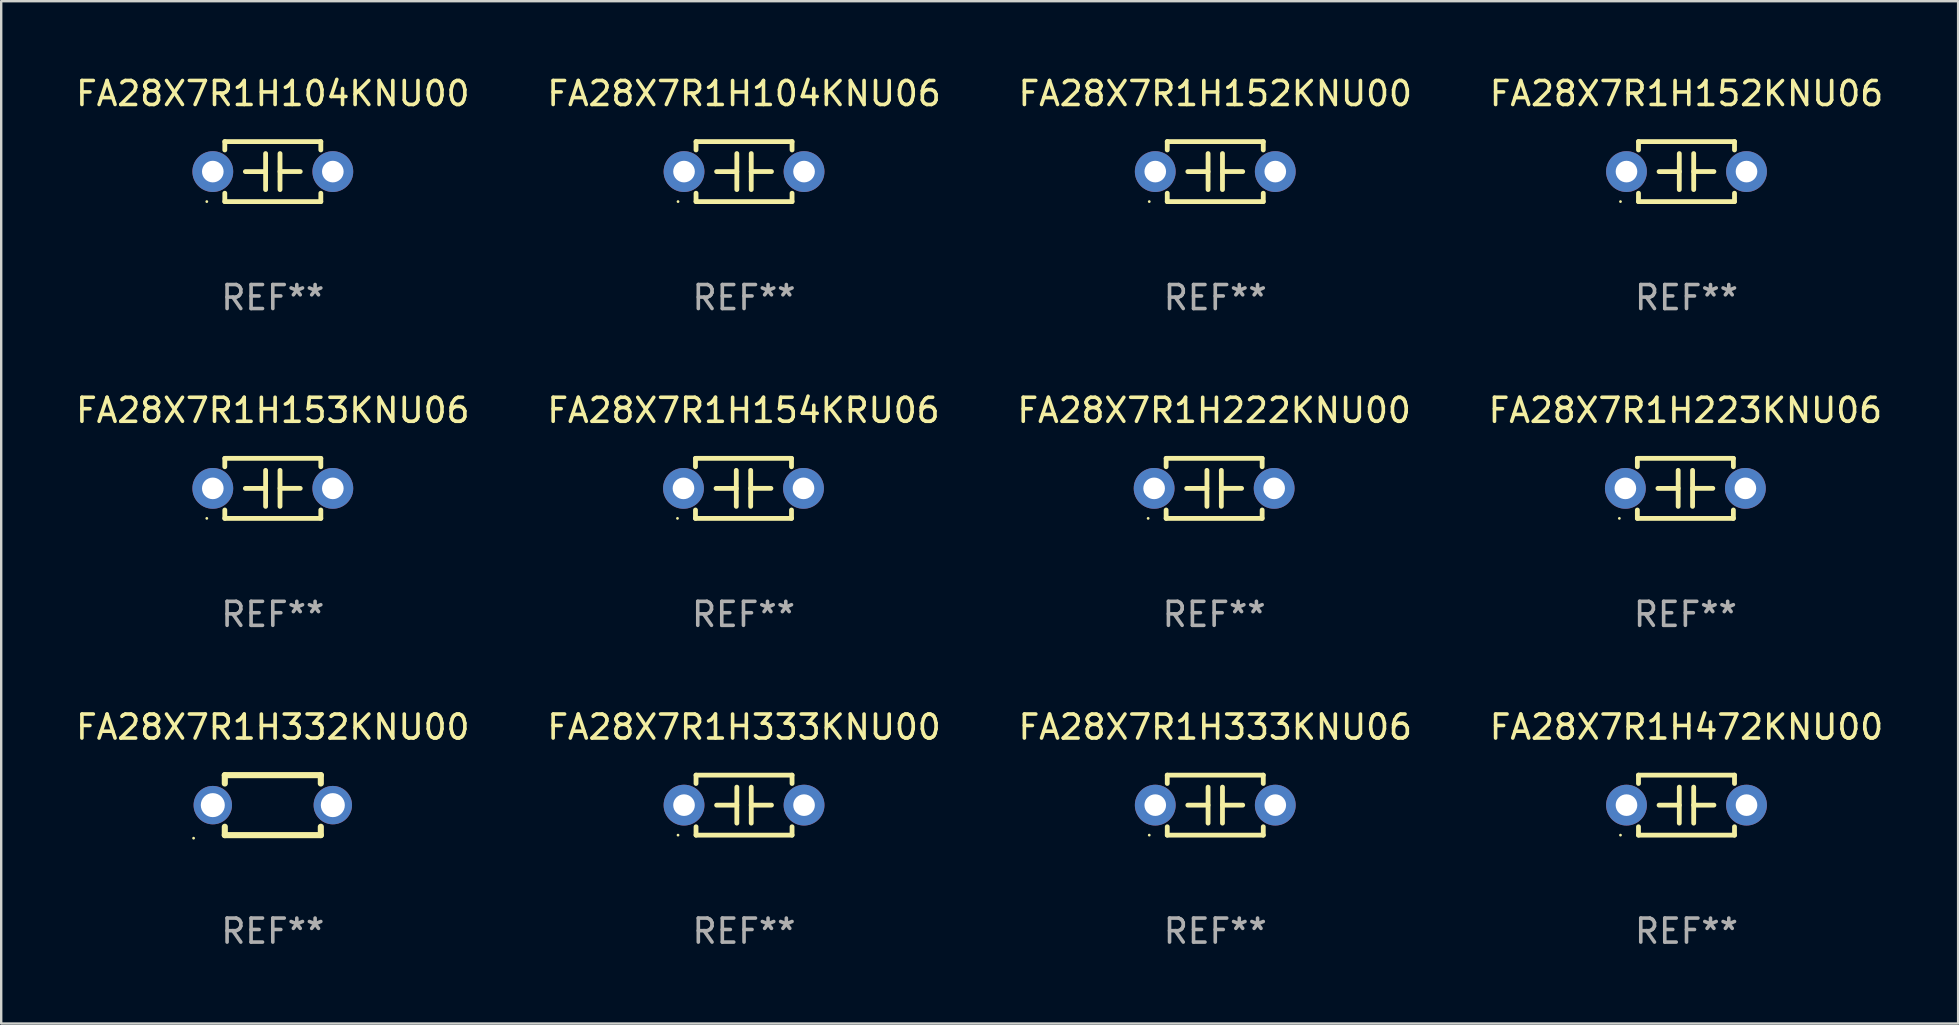
<source format=kicad_pcb>
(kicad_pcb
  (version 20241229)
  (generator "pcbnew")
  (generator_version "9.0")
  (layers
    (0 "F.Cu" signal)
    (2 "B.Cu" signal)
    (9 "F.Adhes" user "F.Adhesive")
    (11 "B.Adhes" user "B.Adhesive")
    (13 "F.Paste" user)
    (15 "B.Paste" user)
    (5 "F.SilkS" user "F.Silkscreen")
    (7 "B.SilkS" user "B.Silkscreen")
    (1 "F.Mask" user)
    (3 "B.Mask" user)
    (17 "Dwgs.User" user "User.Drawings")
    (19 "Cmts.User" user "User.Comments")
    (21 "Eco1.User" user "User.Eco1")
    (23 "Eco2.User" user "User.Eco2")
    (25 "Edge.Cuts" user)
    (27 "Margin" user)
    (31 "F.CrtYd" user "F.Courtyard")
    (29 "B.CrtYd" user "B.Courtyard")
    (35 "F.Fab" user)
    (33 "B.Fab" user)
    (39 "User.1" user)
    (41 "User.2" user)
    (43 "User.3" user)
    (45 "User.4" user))
  (footprint "FA28X7R1H333KNU06"
    (layer "F.Cu")
    (at 47.577 30.491)
    (property "Reference" "FA28X7R1H333KNU06" (at 0 -3.25 0) (layer "F.SilkS") (effects (font (size 1 1) (thickness 0.15))))
    (attr through_hole)
    (fp_line (start -2 -1.25) (end -2 -0.901) (stroke (width 0.2) (type solid)) (layer "F.SilkS"))
    (fp_line (start -2 -1.25) (end 2 -1.25) (stroke (width 0.2) (type solid)) (layer "F.SilkS"))
    (fp_line (start -2 0.901) (end -2 1.25) (stroke (width 0.2) (type solid)) (layer "F.SilkS"))
    (fp_line (start -0.3 -0.75) (end -0.3 0.75) (stroke (width 0.2) (type solid)) (layer "F.SilkS"))
    (fp_line (start -0.3 0.001) (end -1.143 0.001) (stroke (width 0.2) (type solid)) (layer "F.SilkS"))
    (fp_line (start 0.3 -0.001) (end 1.143 -0.001) (stroke (width 0.2) (type solid)) (layer "F.SilkS"))
    (fp_line (start 0.3 0.75) (end 0.3 -0.75) (stroke (width 0.2) (type solid)) (layer "F.SilkS"))
    (fp_line (start 2 -1.25) (end 2 -0.901) (stroke (width 0.2) (type solid)) (layer "F.SilkS"))
    (fp_line (start 2 0.901) (end 2 1.25) (stroke (width 0.2) (type solid)) (layer "F.SilkS"))
    (fp_line (start 2 1.25) (end -2 1.25) (stroke (width 0.2) (type solid)) (layer "F.SilkS"))
    (fp_circle (center -2.75 1.25) (end -2.72 1.25) (stroke (width 0.06) (type solid)) (fill no) (layer "F.SilkS"))
    (fp_text user "REF**" (at 0 5.25 0) (layer "F.Fab") (effects (font (size 1 1) (thickness 0.15))))
    (pad "1" thru_hole circle (at -2.5 0) (size 1.7 1.7) (drill 0.9) (layers "*.Cu" "*.Mask"))
    (pad "2" thru_hole circle (at 2.5 0) (size 1.7 1.7) (drill 0.9) (layers "*.Cu" "*.Mask")))
  (footprint "FA28X7R1H104KNU00"
    (layer "F.Cu")
    (at 8.315 4.098)
    (property "Reference" "FA28X7R1H104KNU00" (at 0 -3.25 0) (layer "F.SilkS") (effects (font (size 1 1) (thickness 0.15))))
    (attr through_hole)
    (fp_line (start -2 -1.25) (end -2 -0.901) (stroke (width 0.2) (type solid)) (layer "F.SilkS"))
    (fp_line (start -2 -1.25) (end 2 -1.25) (stroke (width 0.2) (type solid)) (layer "F.SilkS"))
    (fp_line (start -2 0.901) (end -2 1.25) (stroke (width 0.2) (type solid)) (layer "F.SilkS"))
    (fp_line (start -0.3 -0.75) (end -0.3 0.75) (stroke (width 0.2) (type solid)) (layer "F.SilkS"))
    (fp_line (start -0.3 0.001) (end -1.143 0.001) (stroke (width 0.2) (type solid)) (layer "F.SilkS"))
    (fp_line (start 0.3 -0.001) (end 1.143 -0.001) (stroke (width 0.2) (type solid)) (layer "F.SilkS"))
    (fp_line (start 0.3 0.75) (end 0.3 -0.75) (stroke (width 0.2) (type solid)) (layer "F.SilkS"))
    (fp_line (start 2 -1.25) (end 2 -0.901) (stroke (width 0.2) (type solid)) (layer "F.SilkS"))
    (fp_line (start 2 0.901) (end 2 1.25) (stroke (width 0.2) (type solid)) (layer "F.SilkS"))
    (fp_line (start 2 1.25) (end -2 1.25) (stroke (width 0.2) (type solid)) (layer "F.SilkS"))
    (fp_circle (center -2.75 1.25) (end -2.72 1.25) (stroke (width 0.06) (type solid)) (fill no) (layer "F.SilkS"))
    (fp_text user "REF**" (at 0 5.25 0) (layer "F.Fab") (effects (font (size 1 1) (thickness 0.15))))
    (pad "1" thru_hole circle (at -2.5 0) (size 1.7 1.7) (drill 0.9) (layers "*.Cu" "*.Mask"))
    (pad "2" thru_hole circle (at 2.5 0) (size 1.7 1.7) (drill 0.9) (layers "*.Cu" "*.Mask")))
  (footprint "FA28X7R1H222KNU00"
    (layer "F.Cu")
    (at 47.53 17.295)
    (property "Reference" "FA28X7R1H222KNU00" (at 0 -3.25 0) (layer "F.SilkS") (effects (font (size 1 1) (thickness 0.15))))
    (attr through_hole)
    (fp_line (start -2 -1.25) (end -2 -0.901) (stroke (width 0.2) (type solid)) (layer "F.SilkS"))
    (fp_line (start -2 -1.25) (end 2 -1.25) (stroke (width 0.2) (type solid)) (layer "F.SilkS"))
    (fp_line (start -2 0.901) (end -2 1.25) (stroke (width 0.2) (type solid)) (layer "F.SilkS"))
    (fp_line (start -0.3 -0.75) (end -0.3 0.75) (stroke (width 0.2) (type solid)) (layer "F.SilkS"))
    (fp_line (start -0.3 0.001) (end -1.143 0.001) (stroke (width 0.2) (type solid)) (layer "F.SilkS"))
    (fp_line (start 0.3 -0.001) (end 1.143 -0.001) (stroke (width 0.2) (type solid)) (layer "F.SilkS"))
    (fp_line (start 0.3 0.75) (end 0.3 -0.75) (stroke (width 0.2) (type solid)) (layer "F.SilkS"))
    (fp_line (start 2 -1.25) (end 2 -0.901) (stroke (width 0.2) (type solid)) (layer "F.SilkS"))
    (fp_line (start 2 0.901) (end 2 1.25) (stroke (width 0.2) (type solid)) (layer "F.SilkS"))
    (fp_line (start 2 1.25) (end -2 1.25) (stroke (width 0.2) (type solid)) (layer "F.SilkS"))
    (fp_circle (center -2.75 1.25) (end -2.72 1.25) (stroke (width 0.06) (type solid)) (fill no) (layer "F.SilkS"))
    (fp_text user "REF**" (at 0 5.25 0) (layer "F.Fab") (effects (font (size 1 1) (thickness 0.15))))
    (pad "1" thru_hole circle (at -2.5 0) (size 1.7 1.7) (drill 0.9) (layers "*.Cu" "*.Mask"))
    (pad "2" thru_hole circle (at 2.5 0) (size 1.7 1.7) (drill 0.9) (layers "*.Cu" "*.Mask")))
  (footprint "FA28X7R1H332KNU00"
    (layer "F.Cu")
    (at 8.315 30.491)
    (property "Reference" "FA28X7R1H332KNU00" (at 0 -3.25 0) (layer "F.SilkS") (effects (font (size 1 1) (thickness 0.15))))
    (attr through_hole)
    (fp_line (start -2 -1.25) (end -2 -0.901) (stroke (width 0.254) (type solid)) (layer "F.SilkS"))
    (fp_line (start -2 -1.25) (end 2 -1.25) (stroke (width 0.254) (type solid)) (layer "F.SilkS"))
    (fp_line (start -2 0.901) (end -2 1.25) (stroke (width 0.254) (type solid)) (layer "F.SilkS"))
    (fp_line (start 2 -1.25) (end 2 -0.901) (stroke (width 0.254) (type solid)) (layer "F.SilkS"))
    (fp_line (start 2 0.901) (end 2 1.25) (stroke (width 0.254) (type solid)) (layer "F.SilkS"))
    (fp_line (start 2 1.25) (end -2 1.25) (stroke (width 0.254) (type solid)) (layer "F.SilkS"))
    (fp_circle (center -3.3 1.377) (end -3.27 1.377) (stroke (width 0.06) (type solid)) (fill no) (layer "F.SilkS"))
    (fp_text user "REF**" (at 0 5.25 0) (layer "F.Fab") (effects (font (size 1 1) (thickness 0.15))))
    (pad "1" thru_hole circle (at -2.5 0) (size 1.6 1.6) (drill 1) (layers "*.Cu" "*.Mask"))
    (pad "2" thru_hole circle (at 2.5 0) (size 1.6 1.6) (drill 1) (layers "*.Cu" "*.Mask")))
  (footprint "FA28X7R1H223KNU06"
    (layer "F.Cu")
    (at 67.161 17.295)
    (property "Reference" "FA28X7R1H223KNU06" (at 0 -3.25 0) (layer "F.SilkS") (effects (font (size 1 1) (thickness 0.15))))
    (attr through_hole)
    (fp_line (start -2 -1.25) (end -2 -0.901) (stroke (width 0.2) (type solid)) (layer "F.SilkS"))
    (fp_line (start -2 -1.25) (end 2 -1.25) (stroke (width 0.2) (type solid)) (layer "F.SilkS"))
    (fp_line (start -2 0.901) (end -2 1.25) (stroke (width 0.2) (type solid)) (layer "F.SilkS"))
    (fp_line (start -0.3 -0.75) (end -0.3 0.75) (stroke (width 0.2) (type solid)) (layer "F.SilkS"))
    (fp_line (start -0.3 0.001) (end -1.143 0.001) (stroke (width 0.2) (type solid)) (layer "F.SilkS"))
    (fp_line (start 0.3 -0.001) (end 1.143 -0.001) (stroke (width 0.2) (type solid)) (layer "F.SilkS"))
    (fp_line (start 0.3 0.75) (end 0.3 -0.75) (stroke (width 0.2) (type solid)) (layer "F.SilkS"))
    (fp_line (start 2 -1.25) (end 2 -0.901) (stroke (width 0.2) (type solid)) (layer "F.SilkS"))
    (fp_line (start 2 0.901) (end 2 1.25) (stroke (width 0.2) (type solid)) (layer "F.SilkS"))
    (fp_line (start 2 1.25) (end -2 1.25) (stroke (width 0.2) (type solid)) (layer "F.SilkS"))
    (fp_circle (center -2.75 1.25) (end -2.72 1.25) (stroke (width 0.06) (type solid)) (fill no) (layer "F.SilkS"))
    (fp_text user "REF**" (at 0 5.25 0) (layer "F.Fab") (effects (font (size 1 1) (thickness 0.15))))
    (pad "1" thru_hole circle (at -2.5 0) (size 1.7 1.7) (drill 0.9) (layers "*.Cu" "*.Mask"))
    (pad "2" thru_hole circle (at 2.5 0) (size 1.7 1.7) (drill 0.9) (layers "*.Cu" "*.Mask")))
  (footprint "FA28X7R1H152KNU06"
    (layer "F.Cu")
    (at 67.208 4.098)
    (property "Reference" "FA28X7R1H152KNU06" (at 0 -3.25 0) (layer "F.SilkS") (effects (font (size 1 1) (thickness 0.15))))
    (attr through_hole)
    (fp_line (start -2 -1.25) (end -2 -0.901) (stroke (width 0.2) (type solid)) (layer "F.SilkS"))
    (fp_line (start -2 -1.25) (end 2 -1.25) (stroke (width 0.2) (type solid)) (layer "F.SilkS"))
    (fp_line (start -2 0.901) (end -2 1.25) (stroke (width 0.2) (type solid)) (layer "F.SilkS"))
    (fp_line (start -0.3 -0.75) (end -0.3 0.75) (stroke (width 0.2) (type solid)) (layer "F.SilkS"))
    (fp_line (start -0.3 0.001) (end -1.143 0.001) (stroke (width 0.2) (type solid)) (layer "F.SilkS"))
    (fp_line (start 0.3 -0.001) (end 1.143 -0.001) (stroke (width 0.2) (type solid)) (layer "F.SilkS"))
    (fp_line (start 0.3 0.75) (end 0.3 -0.75) (stroke (width 0.2) (type solid)) (layer "F.SilkS"))
    (fp_line (start 2 -1.25) (end 2 -0.901) (stroke (width 0.2) (type solid)) (layer "F.SilkS"))
    (fp_line (start 2 0.901) (end 2 1.25) (stroke (width 0.2) (type solid)) (layer "F.SilkS"))
    (fp_line (start 2 1.25) (end -2 1.25) (stroke (width 0.2) (type solid)) (layer "F.SilkS"))
    (fp_circle (center -2.75 1.25) (end -2.72 1.25) (stroke (width 0.06) (type solid)) (fill no) (layer "F.SilkS"))
    (fp_text user "REF**" (at 0 5.25 0) (layer "F.Fab") (effects (font (size 1 1) (thickness 0.15))))
    (pad "1" thru_hole circle (at -2.5 0) (size 1.7 1.7) (drill 0.9) (layers "*.Cu" "*.Mask"))
    (pad "2" thru_hole circle (at 2.5 0) (size 1.7 1.7) (drill 0.9) (layers "*.Cu" "*.Mask")))
  (footprint "FA28X7R1H153KNU06"
    (layer "F.Cu")
    (at 8.315 17.295)
    (property "Reference" "FA28X7R1H153KNU06" (at 0 -3.25 0) (layer "F.SilkS") (effects (font (size 1 1) (thickness 0.15))))
    (attr through_hole)
    (fp_line (start -2 -1.25) (end -2 -0.901) (stroke (width 0.2) (type solid)) (layer "F.SilkS"))
    (fp_line (start -2 -1.25) (end 2 -1.25) (stroke (width 0.2) (type solid)) (layer "F.SilkS"))
    (fp_line (start -2 0.901) (end -2 1.25) (stroke (width 0.2) (type solid)) (layer "F.SilkS"))
    (fp_line (start -0.3 -0.75) (end -0.3 0.75) (stroke (width 0.2) (type solid)) (layer "F.SilkS"))
    (fp_line (start -0.3 0.001) (end -1.143 0.001) (stroke (width 0.2) (type solid)) (layer "F.SilkS"))
    (fp_line (start 0.3 -0.001) (end 1.143 -0.001) (stroke (width 0.2) (type solid)) (layer "F.SilkS"))
    (fp_line (start 0.3 0.75) (end 0.3 -0.75) (stroke (width 0.2) (type solid)) (layer "F.SilkS"))
    (fp_line (start 2 -1.25) (end 2 -0.901) (stroke (width 0.2) (type solid)) (layer "F.SilkS"))
    (fp_line (start 2 0.901) (end 2 1.25) (stroke (width 0.2) (type solid)) (layer "F.SilkS"))
    (fp_line (start 2 1.25) (end -2 1.25) (stroke (width 0.2) (type solid)) (layer "F.SilkS"))
    (fp_circle (center -2.75 1.25) (end -2.72 1.25) (stroke (width 0.06) (type solid)) (fill no) (layer "F.SilkS"))
    (fp_text user "REF**" (at 0 5.25 0) (layer "F.Fab") (effects (font (size 1 1) (thickness 0.15))))
    (pad "1" thru_hole circle (at -2.5 0) (size 1.7 1.7) (drill 0.9) (layers "*.Cu" "*.Mask"))
    (pad "2" thru_hole circle (at 2.5 0) (size 1.7 1.7) (drill 0.9) (layers "*.Cu" "*.Mask")))
  (footprint "FA28X7R1H104KNU06"
    (layer "F.Cu")
    (at 27.946 4.098)
    (property "Reference" "FA28X7R1H104KNU06" (at 0 -3.25 0) (layer "F.SilkS") (effects (font (size 1 1) (thickness 0.15))))
    (attr through_hole)
    (fp_line (start -2 -1.25) (end -2 -0.901) (stroke (width 0.2) (type solid)) (layer "F.SilkS"))
    (fp_line (start -2 -1.25) (end 2 -1.25) (stroke (width 0.2) (type solid)) (layer "F.SilkS"))
    (fp_line (start -2 0.901) (end -2 1.25) (stroke (width 0.2) (type solid)) (layer "F.SilkS"))
    (fp_line (start -0.3 -0.75) (end -0.3 0.75) (stroke (width 0.2) (type solid)) (layer "F.SilkS"))
    (fp_line (start -0.3 0.001) (end -1.143 0.001) (stroke (width 0.2) (type solid)) (layer "F.SilkS"))
    (fp_line (start 0.3 -0.001) (end 1.143 -0.001) (stroke (width 0.2) (type solid)) (layer "F.SilkS"))
    (fp_line (start 0.3 0.75) (end 0.3 -0.75) (stroke (width 0.2) (type solid)) (layer "F.SilkS"))
    (fp_line (start 2 -1.25) (end 2 -0.901) (stroke (width 0.2) (type solid)) (layer "F.SilkS"))
    (fp_line (start 2 0.901) (end 2 1.25) (stroke (width 0.2) (type solid)) (layer "F.SilkS"))
    (fp_line (start 2 1.25) (end -2 1.25) (stroke (width 0.2) (type solid)) (layer "F.SilkS"))
    (fp_circle (center -2.75 1.25) (end -2.72 1.25) (stroke (width 0.06) (type solid)) (fill no) (layer "F.SilkS"))
    (fp_text user "REF**" (at 0 5.25 0) (layer "F.Fab") (effects (font (size 1 1) (thickness 0.15))))
    (pad "1" thru_hole circle (at -2.5 0) (size 1.7 1.7) (drill 0.9) (layers "*.Cu" "*.Mask"))
    (pad "2" thru_hole circle (at 2.5 0) (size 1.7 1.7) (drill 0.9) (layers "*.Cu" "*.Mask")))
  (footprint "FA28X7R1H154KRU06"
    (layer "F.Cu")
    (at 27.923 17.295)
    (property "Reference" "FA28X7R1H154KRU06" (at 0 -3.25 0) (layer "F.SilkS") (effects (font (size 1 1) (thickness 0.15))))
    (attr through_hole)
    (fp_line (start -2 -1.25) (end -2 -0.901) (stroke (width 0.2) (type solid)) (layer "F.SilkS"))
    (fp_line (start -2 -1.25) (end 2 -1.25) (stroke (width 0.2) (type solid)) (layer "F.SilkS"))
    (fp_line (start -2 0.901) (end -2 1.25) (stroke (width 0.2) (type solid)) (layer "F.SilkS"))
    (fp_line (start -0.3 -0.75) (end -0.3 0.75) (stroke (width 0.2) (type solid)) (layer "F.SilkS"))
    (fp_line (start -0.3 0.001) (end -1.143 0.001) (stroke (width 0.2) (type solid)) (layer "F.SilkS"))
    (fp_line (start 0.3 -0.001) (end 1.143 -0.001) (stroke (width 0.2) (type solid)) (layer "F.SilkS"))
    (fp_line (start 0.3 0.75) (end 0.3 -0.75) (stroke (width 0.2) (type solid)) (layer "F.SilkS"))
    (fp_line (start 2 -1.25) (end 2 -0.901) (stroke (width 0.2) (type solid)) (layer "F.SilkS"))
    (fp_line (start 2 0.901) (end 2 1.25) (stroke (width 0.2) (type solid)) (layer "F.SilkS"))
    (fp_line (start 2 1.25) (end -2 1.25) (stroke (width 0.2) (type solid)) (layer "F.SilkS"))
    (fp_circle (center -2.75 1.25) (end -2.72 1.25) (stroke (width 0.06) (type solid)) (fill no) (layer "F.SilkS"))
    (fp_text user "REF**" (at 0 5.25 0) (layer "F.Fab") (effects (font (size 1 1) (thickness 0.15))))
    (pad "1" thru_hole circle (at -2.5 0) (size 1.7 1.7) (drill 0.9) (layers "*.Cu" "*.Mask"))
    (pad "2" thru_hole circle (at 2.5 0) (size 1.7 1.7) (drill 0.9) (layers "*.Cu" "*.Mask")))
  (footprint "FA28X7R1H333KNU00"
    (layer "F.Cu")
    (at 27.946 30.491)
    (property "Reference" "FA28X7R1H333KNU00" (at 0 -3.25 0) (layer "F.SilkS") (effects (font (size 1 1) (thickness 0.15))))
    (attr through_hole)
    (fp_line (start -2 -1.25) (end -2 -0.901) (stroke (width 0.2) (type solid)) (layer "F.SilkS"))
    (fp_line (start -2 -1.25) (end 2 -1.25) (stroke (width 0.2) (type solid)) (layer "F.SilkS"))
    (fp_line (start -2 0.901) (end -2 1.25) (stroke (width 0.2) (type solid)) (layer "F.SilkS"))
    (fp_line (start -0.3 -0.75) (end -0.3 0.75) (stroke (width 0.2) (type solid)) (layer "F.SilkS"))
    (fp_line (start -0.3 0.001) (end -1.143 0.001) (stroke (width 0.2) (type solid)) (layer "F.SilkS"))
    (fp_line (start 0.3 -0.001) (end 1.143 -0.001) (stroke (width 0.2) (type solid)) (layer "F.SilkS"))
    (fp_line (start 0.3 0.75) (end 0.3 -0.75) (stroke (width 0.2) (type solid)) (layer "F.SilkS"))
    (fp_line (start 2 -1.25) (end 2 -0.901) (stroke (width 0.2) (type solid)) (layer "F.SilkS"))
    (fp_line (start 2 0.901) (end 2 1.25) (stroke (width 0.2) (type solid)) (layer "F.SilkS"))
    (fp_line (start 2 1.25) (end -2 1.25) (stroke (width 0.2) (type solid)) (layer "F.SilkS"))
    (fp_circle (center -2.75 1.25) (end -2.72 1.25) (stroke (width 0.06) (type solid)) (fill no) (layer "F.SilkS"))
    (fp_text user "REF**" (at 0 5.25 0) (layer "F.Fab") (effects (font (size 1 1) (thickness 0.15))))
    (pad "1" thru_hole circle (at -2.5 0) (size 1.7 1.7) (drill 0.9) (layers "*.Cu" "*.Mask"))
    (pad "2" thru_hole circle (at 2.5 0) (size 1.7 1.7) (drill 0.9) (layers "*.Cu" "*.Mask")))
  (footprint "FA28X7R1H152KNU00"
    (layer "F.Cu")
    (at 47.577 4.098)
    (property "Reference" "FA28X7R1H152KNU00" (at 0 -3.25 0) (layer "F.SilkS") (effects (font (size 1 1) (thickness 0.15))))
    (attr through_hole)
    (fp_line (start -2 -1.25) (end -2 -0.901) (stroke (width 0.2) (type solid)) (layer "F.SilkS"))
    (fp_line (start -2 -1.25) (end 2 -1.25) (stroke (width 0.2) (type solid)) (layer "F.SilkS"))
    (fp_line (start -2 0.901) (end -2 1.25) (stroke (width 0.2) (type solid)) (layer "F.SilkS"))
    (fp_line (start -0.3 -0.75) (end -0.3 0.75) (stroke (width 0.2) (type solid)) (layer "F.SilkS"))
    (fp_line (start -0.3 0.001) (end -1.143 0.001) (stroke (width 0.2) (type solid)) (layer "F.SilkS"))
    (fp_line (start 0.3 -0.001) (end 1.143 -0.001) (stroke (width 0.2) (type solid)) (layer "F.SilkS"))
    (fp_line (start 0.3 0.75) (end 0.3 -0.75) (stroke (width 0.2) (type solid)) (layer "F.SilkS"))
    (fp_line (start 2 -1.25) (end 2 -0.901) (stroke (width 0.2) (type solid)) (layer "F.SilkS"))
    (fp_line (start 2 0.901) (end 2 1.25) (stroke (width 0.2) (type solid)) (layer "F.SilkS"))
    (fp_line (start 2 1.25) (end -2 1.25) (stroke (width 0.2) (type solid)) (layer "F.SilkS"))
    (fp_circle (center -2.75 1.25) (end -2.72 1.25) (stroke (width 0.06) (type solid)) (fill no) (layer "F.SilkS"))
    (fp_text user "REF**" (at 0 5.25 0) (layer "F.Fab") (effects (font (size 1 1) (thickness 0.15))))
    (pad "1" thru_hole circle (at -2.5 0) (size 1.7 1.7) (drill 0.9) (layers "*.Cu" "*.Mask"))
    (pad "2" thru_hole circle (at 2.5 0) (size 1.7 1.7) (drill 0.9) (layers "*.Cu" "*.Mask")))
  (footprint "FA28X7R1H472KNU00"
    (layer "F.Cu")
    (at 67.208 30.491)
    (property "Reference" "FA28X7R1H472KNU00" (at 0 -3.25 0) (layer "F.SilkS") (effects (font (size 1 1) (thickness 0.15))))
    (attr through_hole)
    (fp_line (start -2 -1.25) (end -2 -0.901) (stroke (width 0.2) (type solid)) (layer "F.SilkS"))
    (fp_line (start -2 -1.25) (end 2 -1.25) (stroke (width 0.2) (type solid)) (layer "F.SilkS"))
    (fp_line (start -2 0.901) (end -2 1.25) (stroke (width 0.2) (type solid)) (layer "F.SilkS"))
    (fp_line (start -0.3 -0.75) (end -0.3 0.75) (stroke (width 0.2) (type solid)) (layer "F.SilkS"))
    (fp_line (start -0.3 0.001) (end -1.143 0.001) (stroke (width 0.2) (type solid)) (layer "F.SilkS"))
    (fp_line (start 0.3 -0.001) (end 1.143 -0.001) (stroke (width 0.2) (type solid)) (layer "F.SilkS"))
    (fp_line (start 0.3 0.75) (end 0.3 -0.75) (stroke (width 0.2) (type solid)) (layer "F.SilkS"))
    (fp_line (start 2 -1.25) (end 2 -0.901) (stroke (width 0.2) (type solid)) (layer "F.SilkS"))
    (fp_line (start 2 0.901) (end 2 1.25) (stroke (width 0.2) (type solid)) (layer "F.SilkS"))
    (fp_line (start 2 1.25) (end -2 1.25) (stroke (width 0.2) (type solid)) (layer "F.SilkS"))
    (fp_circle (center -2.75 1.25) (end -2.72 1.25) (stroke (width 0.06) (type solid)) (fill no) (layer "F.SilkS"))
    (fp_text user "REF**" (at 0 5.25 0) (layer "F.Fab") (effects (font (size 1 1) (thickness 0.15))))
    (pad "1" thru_hole circle (at -2.5 0) (size 1.7 1.7) (drill 0.9) (layers "*.Cu" "*.Mask"))
    (pad "2" thru_hole circle (at 2.5 0) (size 1.7 1.7) (drill 0.9) (layers "*.Cu" "*.Mask")))
  (gr_rect
    (start -3 -3)
    (end 78.524 39.59)
    (stroke (width 0.1) (type default))
    (fill no)
    (layer "Edge.Cuts")))
</source>
